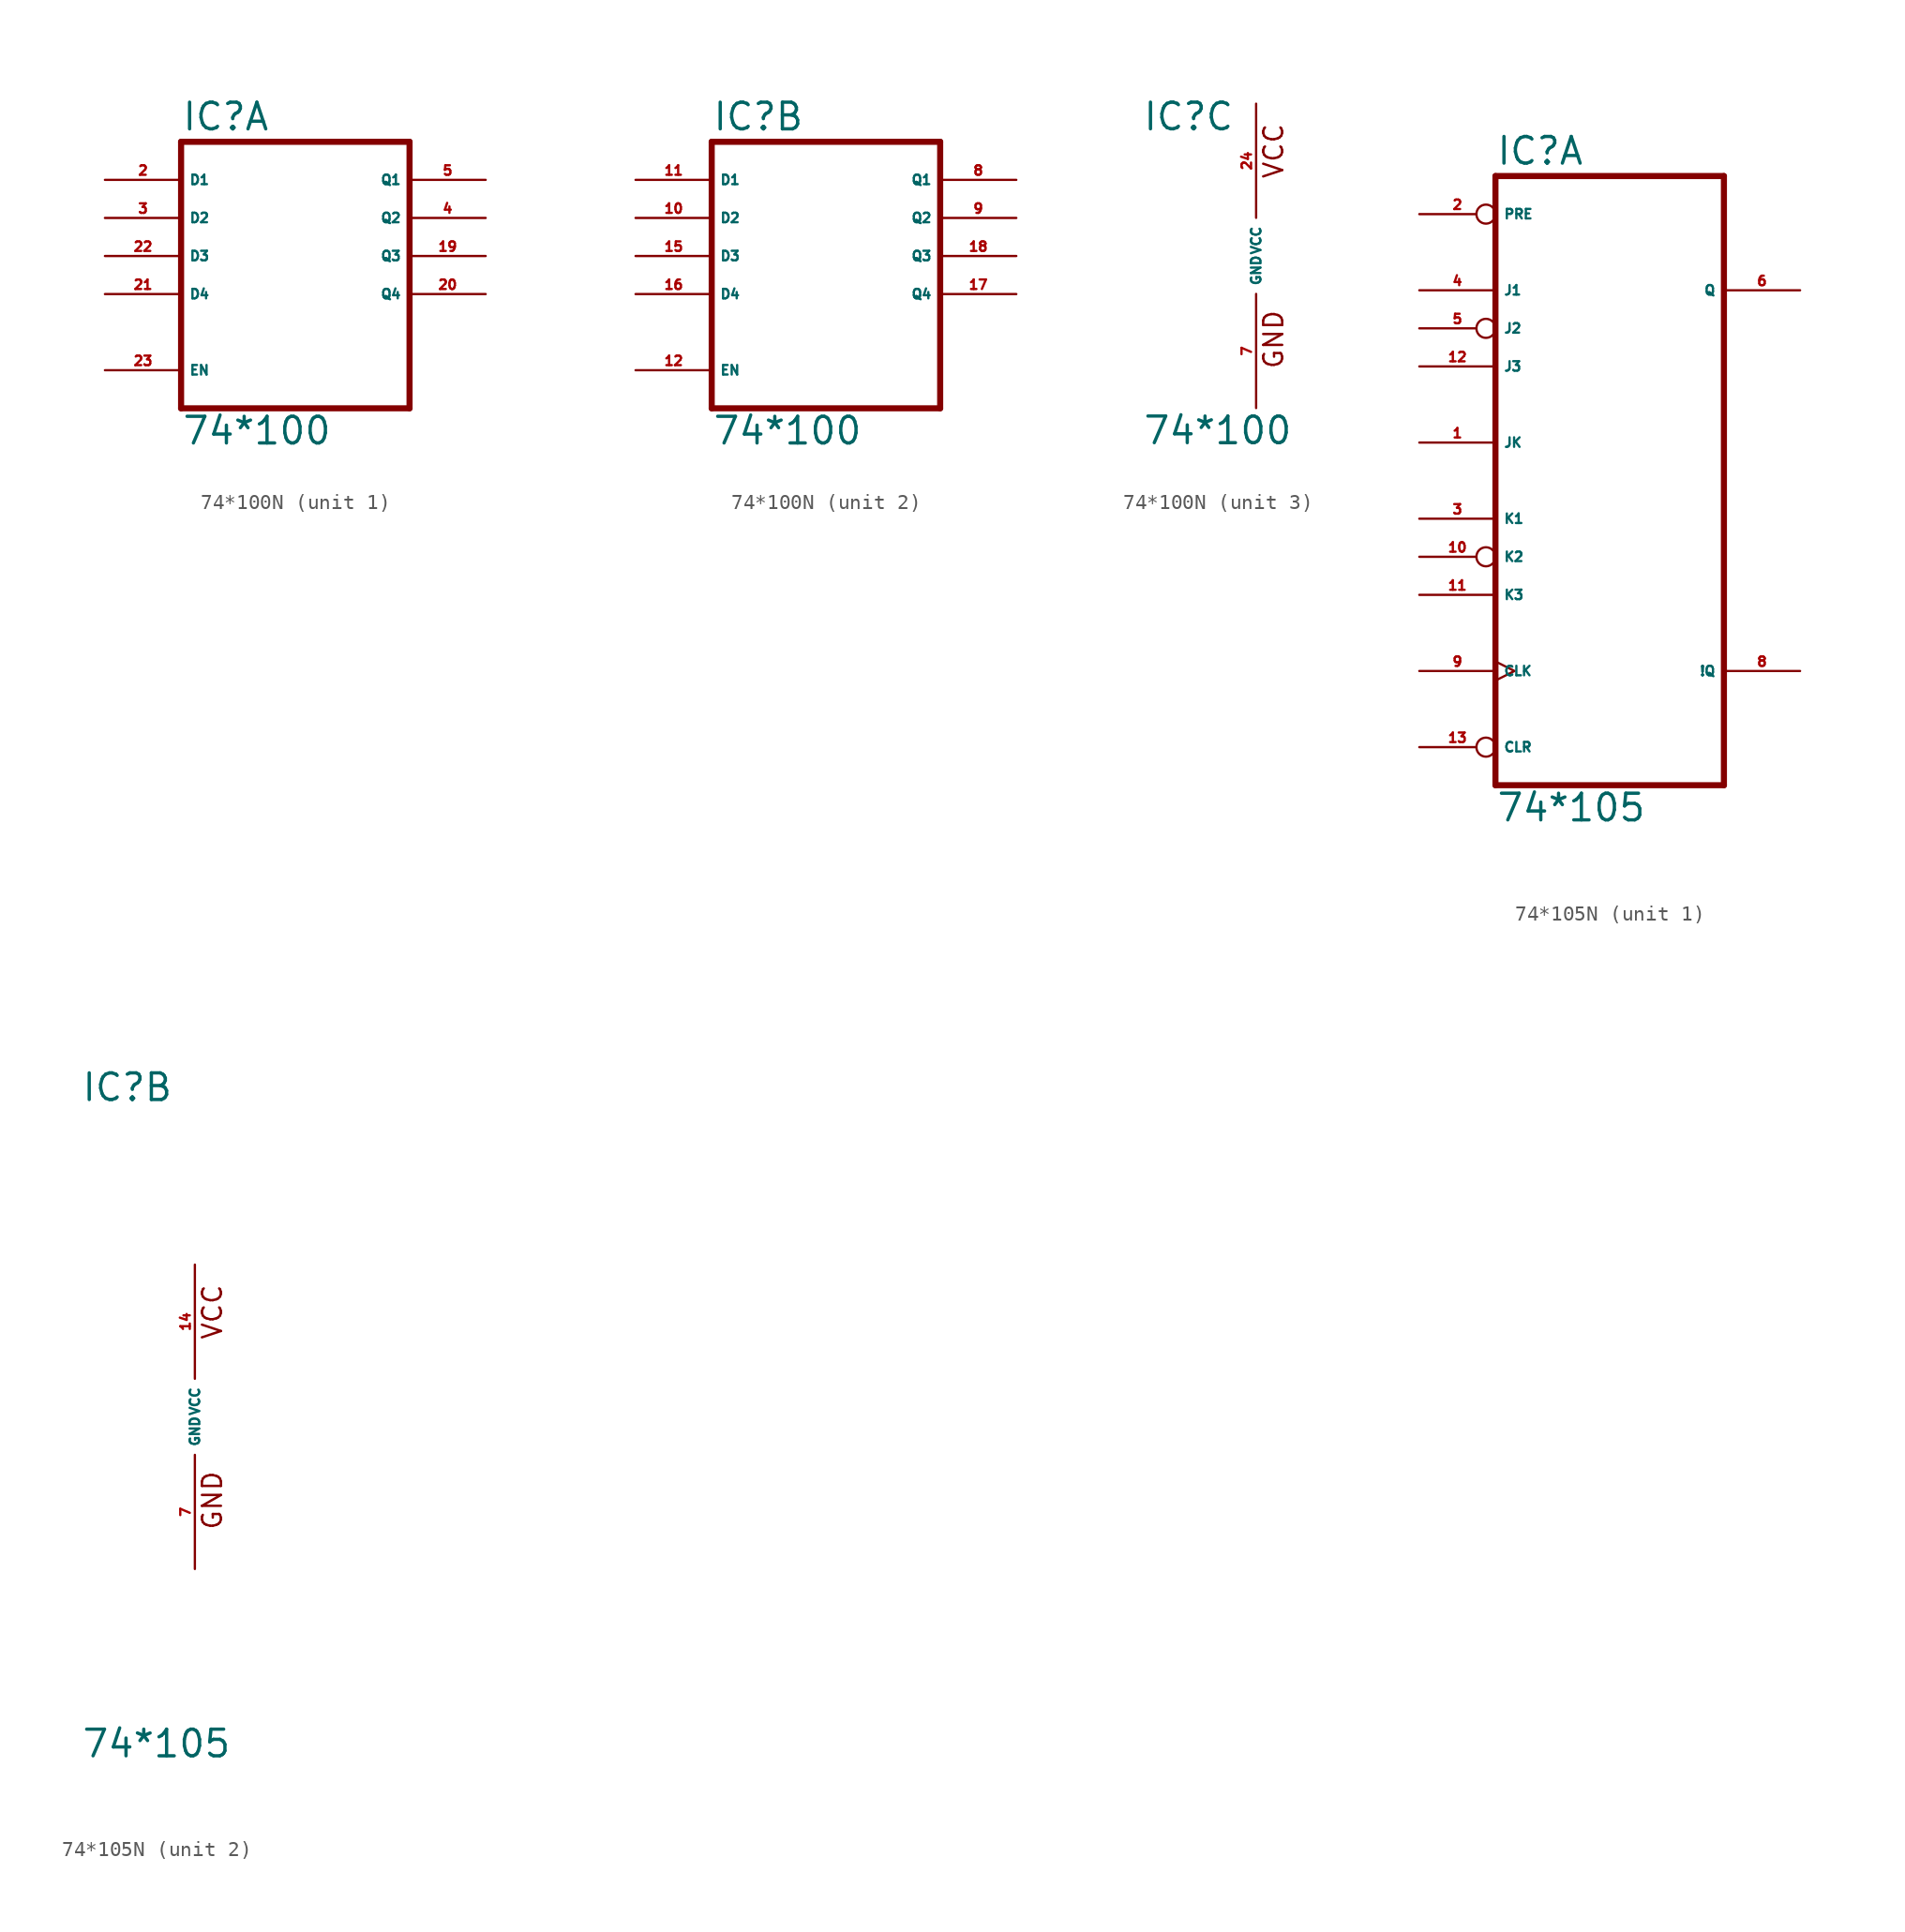
<source format=kicad_sym>
(kicad_symbol_lib
  (version 20220914)
  (generator Eagle2Kicad)
  (symbol "74*100N"
    (property "Reference" "IC"
      (at -7.62 8.255 0)
      (effects (font (size 1.778 1.778) (thickness 0.22)) (justify left bottom)))
    (property "Value" "74*100"
      (at -7.62 -12.7 0)
      (effects (font (size 1.778 1.778) (thickness 0.22)) (justify left bottom)))
    (symbol "74*100N_1_0"
      (polyline (pts (xy -7.62 -10.16) (xy 7.62 -10.16)) (stroke (width 0.406) (type default)) (fill (type none)))
      (polyline (pts (xy 7.62 -10.16) (xy 7.62 7.62)) (stroke (width 0.406) (type default)) (fill (type none)))
      (polyline (pts (xy 7.62 7.62) (xy -7.62 7.62)) (stroke (width 0.406) (type default)) (fill (type none)))
      (polyline (pts (xy -7.62 7.62) (xy -7.62 -10.16)) (stroke (width 0.406) (type default)) (fill (type none)))
      (pin input line (at -12.7 5.08 0) (length 5.08) (name "D1" (effects (font (size 0.635 0.635) (thickness 0.08)) (justify left bottom))) (number "2" (effects (font (size 0.635 0.635) (thickness 0.08)) (justify left bottom))))
      (pin input line (at -12.7 2.54 0) (length 5.08) (name "D2" (effects (font (size 0.635 0.635) (thickness 0.08)) (justify left bottom))) (number "3" (effects (font (size 0.635 0.635) (thickness 0.08)) (justify left bottom))))
      (pin output line (at 12.7 2.54 180) (length 5.08) (name "Q2" (effects (font (size 0.635 0.635) (thickness 0.08)) (justify left bottom))) (number "4" (effects (font (size 0.635 0.635) (thickness 0.08)) (justify left bottom))))
      (pin output line (at 12.7 5.08 180) (length 5.08) (name "Q1" (effects (font (size 0.635 0.635) (thickness 0.08)) (justify left bottom))) (number "5" (effects (font (size 0.635 0.635) (thickness 0.08)) (justify left bottom))))
      (pin output line (at 12.7 0 180) (length 5.08) (name "Q3" (effects (font (size 0.635 0.635) (thickness 0.08)) (justify left bottom))) (number "19" (effects (font (size 0.635 0.635) (thickness 0.08)) (justify left bottom))))
      (pin output line (at 12.7 -2.54 180) (length 5.08) (name "Q4" (effects (font (size 0.635 0.635) (thickness 0.08)) (justify left bottom))) (number "20" (effects (font (size 0.635 0.635) (thickness 0.08)) (justify left bottom))))
      (pin input line (at -12.7 -2.54 0) (length 5.08) (name "D4" (effects (font (size 0.635 0.635) (thickness 0.08)) (justify left bottom))) (number "21" (effects (font (size 0.635 0.635) (thickness 0.08)) (justify left bottom))))
      (pin input line (at -12.7 0 0) (length 5.08) (name "D3" (effects (font (size 0.635 0.635) (thickness 0.08)) (justify left bottom))) (number "22" (effects (font (size 0.635 0.635) (thickness 0.08)) (justify left bottom))))
      (pin input line (at -12.7 -7.62 0) (length 5.08) (name "EN" (effects (font (size 0.635 0.635) (thickness 0.08)) (justify left bottom))) (number "23" (effects (font (size 0.635 0.635) (thickness 0.08)) (justify left bottom)))))
    (symbol "74*100N_2_0"
      (polyline (pts (xy -7.62 -10.16) (xy 7.62 -10.16)) (stroke (width 0.406) (type default)) (fill (type none)))
      (polyline (pts (xy 7.62 -10.16) (xy 7.62 7.62)) (stroke (width 0.406) (type default)) (fill (type none)))
      (polyline (pts (xy 7.62 7.62) (xy -7.62 7.62)) (stroke (width 0.406) (type default)) (fill (type none)))
      (polyline (pts (xy -7.62 7.62) (xy -7.62 -10.16)) (stroke (width 0.406) (type default)) (fill (type none)))
      (pin input line (at -12.7 5.08 0) (length 5.08) (name "D1" (effects (font (size 0.635 0.635) (thickness 0.08)) (justify left bottom))) (number "11" (effects (font (size 0.635 0.635) (thickness 0.08)) (justify left bottom))))
      (pin input line (at -12.7 2.54 0) (length 5.08) (name "D2" (effects (font (size 0.635 0.635) (thickness 0.08)) (justify left bottom))) (number "10" (effects (font (size 0.635 0.635) (thickness 0.08)) (justify left bottom))))
      (pin output line (at 12.7 2.54 180) (length 5.08) (name "Q2" (effects (font (size 0.635 0.635) (thickness 0.08)) (justify left bottom))) (number "9" (effects (font (size 0.635 0.635) (thickness 0.08)) (justify left bottom))))
      (pin output line (at 12.7 5.08 180) (length 5.08) (name "Q1" (effects (font (size 0.635 0.635) (thickness 0.08)) (justify left bottom))) (number "8" (effects (font (size 0.635 0.635) (thickness 0.08)) (justify left bottom))))
      (pin output line (at 12.7 0 180) (length 5.08) (name "Q3" (effects (font (size 0.635 0.635) (thickness 0.08)) (justify left bottom))) (number "18" (effects (font (size 0.635 0.635) (thickness 0.08)) (justify left bottom))))
      (pin output line (at 12.7 -2.54 180) (length 5.08) (name "Q4" (effects (font (size 0.635 0.635) (thickness 0.08)) (justify left bottom))) (number "17" (effects (font (size 0.635 0.635) (thickness 0.08)) (justify left bottom))))
      (pin input line (at -12.7 -2.54 0) (length 5.08) (name "D4" (effects (font (size 0.635 0.635) (thickness 0.08)) (justify left bottom))) (number "16" (effects (font (size 0.635 0.635) (thickness 0.08)) (justify left bottom))))
      (pin input line (at -12.7 0 0) (length 5.08) (name "D3" (effects (font (size 0.635 0.635) (thickness 0.08)) (justify left bottom))) (number "15" (effects (font (size 0.635 0.635) (thickness 0.08)) (justify left bottom))))
      (pin input line (at -12.7 -7.62 0) (length 5.08) (name "EN" (effects (font (size 0.635 0.635) (thickness 0.08)) (justify left bottom))) (number "12" (effects (font (size 0.635 0.635) (thickness 0.08)) (justify left bottom)))))
    (symbol "74*100N_3_0"
      (text "GND" (at 1.905 -7.62 900) (effects (font (size 1.27 1.27) (thickness 0.16)) (justify left bottom)))
      (text "VCC" (at 1.905 5.08 900) (effects (font (size 1.27 1.27) (thickness 0.16)) (justify left bottom)))
      (pin unspecified line (at 0 -10.16 90) (length 7.62) (name "GND" (effects (font (size 0.635 0.635) (thickness 0.08)) (justify left bottom))) (number "7" (effects (font (size 0.635 0.635) (thickness 0.08)) (justify left bottom))))
      (pin unspecified line (at 0 10.16 270) (length 7.62) (name "VCC" (effects (font (size 0.635 0.635) (thickness 0.08)) (justify left bottom))) (number "24" (effects (font (size 0.635 0.635) (thickness 0.08)) (justify left bottom))))))
  (symbol "74*105N"
    (property "Reference" "IC"
      (at -7.62 20.955 0)
      (effects (font (size 1.778 1.778) (thickness 0.22)) (justify left bottom)))
    (property "Value" "74*105"
      (at -7.62 -22.86 0)
      (effects (font (size 1.778 1.778) (thickness 0.22)) (justify left bottom)))
    (symbol "74*105N_1_0"
      (polyline (pts (xy -7.62 -20.32) (xy 7.62 -20.32)) (stroke (width 0.406) (type default)) (fill (type none)))
      (polyline (pts (xy 7.62 -20.32) (xy 7.62 20.32)) (stroke (width 0.406) (type default)) (fill (type none)))
      (polyline (pts (xy 7.62 20.32) (xy -7.62 20.32)) (stroke (width 0.406) (type default)) (fill (type none)))
      (polyline (pts (xy -7.62 20.32) (xy -7.62 -20.32)) (stroke (width 0.406) (type default)) (fill (type none)))
      (pin input line (at -12.7 2.54 0) (length 5.08) (name "JK" (effects (font (size 0.635 0.635) (thickness 0.08)) (justify left bottom))) (number "1" (effects (font (size 0.635 0.635) (thickness 0.08)) (justify left bottom))))
      (pin input inverted (at -12.7 17.78 0) (length 5.08) (name "PRE" (effects (font (size 0.635 0.635) (thickness 0.08)) (justify left bottom))) (number "2" (effects (font (size 0.635 0.635) (thickness 0.08)) (justify left bottom))))
      (pin input line (at -12.7 -2.54 0) (length 5.08) (name "K1" (effects (font (size 0.635 0.635) (thickness 0.08)) (justify left bottom))) (number "3" (effects (font (size 0.635 0.635) (thickness 0.08)) (justify left bottom))))
      (pin input line (at -12.7 12.7 0) (length 5.08) (name "J1" (effects (font (size 0.635 0.635) (thickness 0.08)) (justify left bottom))) (number "4" (effects (font (size 0.635 0.635) (thickness 0.08)) (justify left bottom))))
      (pin input inverted (at -12.7 10.16 0) (length 5.08) (name "J2" (effects (font (size 0.635 0.635) (thickness 0.08)) (justify left bottom))) (number "5" (effects (font (size 0.635 0.635) (thickness 0.08)) (justify left bottom))))
      (pin output line (at 12.7 12.7 180) (length 5.08) (name "Q" (effects (font (size 0.635 0.635) (thickness 0.08)) (justify left bottom))) (number "6" (effects (font (size 0.635 0.635) (thickness 0.08)) (justify left bottom))))
      (pin output line (at 12.7 -12.7 180) (length 5.08) (name "!Q" (effects (font (size 0.635 0.635) (thickness 0.08)) (justify left bottom))) (number "8" (effects (font (size 0.635 0.635) (thickness 0.08)) (justify left bottom))))
      (pin input clock (at -12.7 -12.7 0) (length 5.08) (name "CLK" (effects (font (size 0.635 0.635) (thickness 0.08)) (justify left bottom))) (number "9" (effects (font (size 0.635 0.635) (thickness 0.08)) (justify left bottom))))
      (pin input inverted (at -12.7 -5.08 0) (length 5.08) (name "K2" (effects (font (size 0.635 0.635) (thickness 0.08)) (justify left bottom))) (number "10" (effects (font (size 0.635 0.635) (thickness 0.08)) (justify left bottom))))
      (pin input line (at -12.7 -7.62 0) (length 5.08) (name "K3" (effects (font (size 0.635 0.635) (thickness 0.08)) (justify left bottom))) (number "11" (effects (font (size 0.635 0.635) (thickness 0.08)) (justify left bottom))))
      (pin input line (at -12.7 7.62 0) (length 5.08) (name "J3" (effects (font (size 0.635 0.635) (thickness 0.08)) (justify left bottom))) (number "12" (effects (font (size 0.635 0.635) (thickness 0.08)) (justify left bottom))))
      (pin input inverted (at -12.7 -17.78 0) (length 5.08) (name "CLR" (effects (font (size 0.635 0.635) (thickness 0.08)) (justify left bottom))) (number "13" (effects (font (size 0.635 0.635) (thickness 0.08)) (justify left bottom)))))
    (symbol "74*105N_2_0"
      (text "GND" (at 1.905 -7.62 900) (effects (font (size 1.27 1.27) (thickness 0.16)) (justify left bottom)))
      (text "VCC" (at 1.905 5.08 900) (effects (font (size 1.27 1.27) (thickness 0.16)) (justify left bottom)))
      (pin unspecified line (at 0 -10.16 90) (length 7.62) (name "GND" (effects (font (size 0.635 0.635) (thickness 0.08)) (justify left bottom))) (number "7" (effects (font (size 0.635 0.635) (thickness 0.08)) (justify left bottom))))
      (pin unspecified line (at 0 10.16 270) (length 7.62) (name "VCC" (effects (font (size 0.635 0.635) (thickness 0.08)) (justify left bottom))) (number "14" (effects (font (size 0.635 0.635) (thickness 0.08)) (justify left bottom)))))))
</source>
